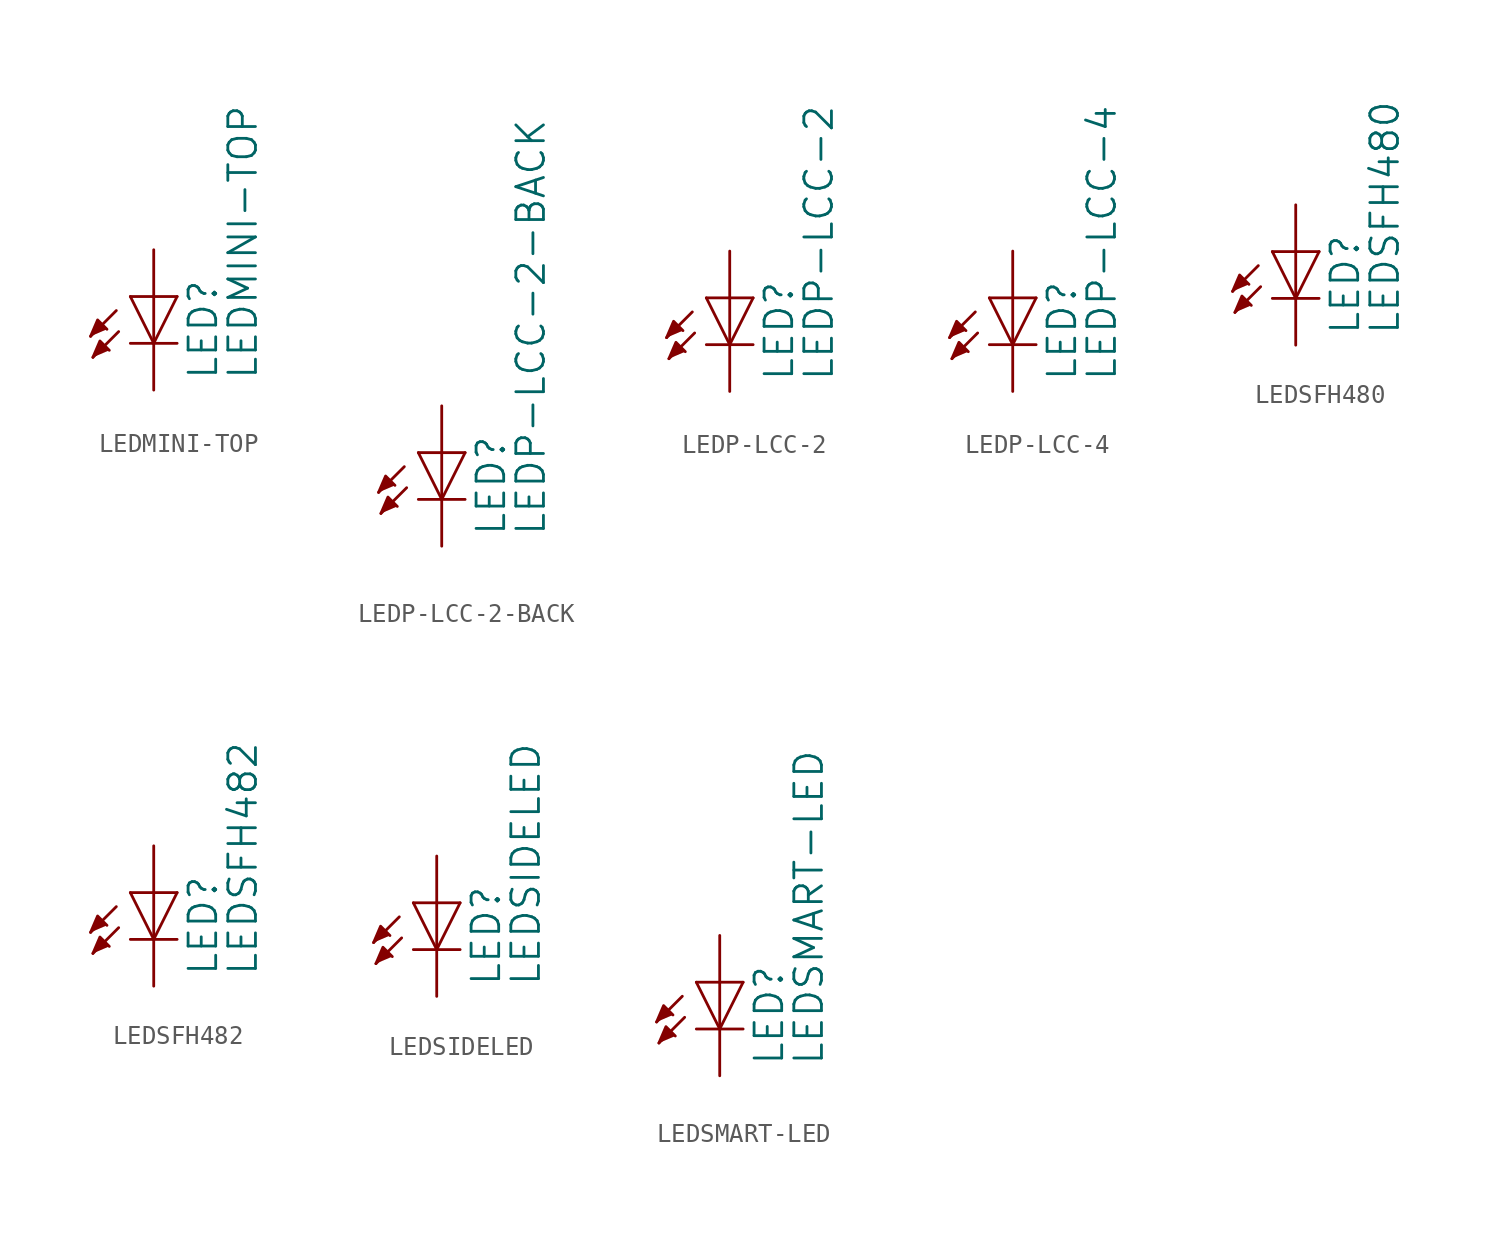
<source format=kicad_sym>
(kicad_symbol_lib
  (version 20211014)
  (generator kicad_symbol_editor)
  (symbol "LEDMINI-TOP"
    (pin_names
      (offset 1.016))
    (property "Reference" "LED"
      (at 3.556 -4.572 90)
      (effects (font (size 1.499 1.499)) (justify left bottom)))
    (property "Value" "LEDMINI-TOP"
      (at 5.715 -4.572 90)
      (effects (font (size 1.499 1.499)) (justify left bottom)))
    (property "ki_locked" ""
      (at 0 0 0)
      (effects (font (size 1.27 1.27))))
    (symbol "LEDMINI-TOP_1_0"
      (polyline (pts (xy -2.032 -0.762) (xy -3.429 -2.159)) (stroke (width 0) (type default) (color 0 0 0 0)) (fill (type none)))
      (polyline (pts (xy -1.905 -1.905) (xy -3.302 -3.302)) (stroke (width 0) (type default) (color 0 0 0 0)) (fill (type none)))
      (polyline (pts (xy 0 -2.54) (xy -1.27 -2.54)) (stroke (width 0) (type default) (color 0 0 0 0)) (fill (type none)))
      (polyline (pts (xy 0 -2.54) (xy -1.27 0)) (stroke (width 0) (type default) (color 0 0 0 0)) (fill (type none)))
      (polyline (pts (xy 0 0) (xy -1.27 0)) (stroke (width 0) (type default) (color 0 0 0 0)) (fill (type none)))
      (polyline (pts (xy 0 0) (xy 0 -2.54)) (stroke (width 0) (type default) (color 0 0 0 0)) (fill (type none)))
      (polyline (pts (xy 1.27 -2.54) (xy 0 -2.54)) (stroke (width 0) (type default) (color 0 0 0 0)) (fill (type none)))
      (polyline (pts (xy 1.27 0) (xy 0 -2.54)) (stroke (width 0) (type default) (color 0 0 0 0)) (fill (type none)))
      (polyline (pts (xy 1.27 0) (xy 0 0)) (stroke (width 0) (type default) (color 0 0 0 0)) (fill (type none)))
      (polyline (pts (xy -3.429 -2.159) (xy -3.048 -1.27) (xy -2.54 -1.778)) (stroke (width 0) (type default) (color 0 0 0 0)) (fill (type outline)))
      (polyline (pts (xy -3.302 -3.302) (xy -2.921 -2.413) (xy -2.413 -2.921)) (stroke (width 0) (type default) (color 0 0 0 0)) (fill (type outline)))
      (pin passive line (at 0 2.54 270) (length 2.54) (name "A" (effects (font (size 0 0)))) (number "A" (effects (font (size 0 0)))))
      (pin passive line (at 0 -5.08 90) (length 2.54) (name "C" (effects (font (size 0 0)))) (number "C" (effects (font (size 0 0)))))))
  (symbol "LEDP-LCC-2-BACK"
    (pin_names
      (offset 1.016))
    (property "Reference" "LED"
      (at 3.556 -4.572 90)
      (effects (font (size 1.499 1.499)) (justify left bottom)))
    (property "Value" "LEDP-LCC-2-BACK"
      (at 5.715 -4.572 90)
      (effects (font (size 1.499 1.499)) (justify left bottom)))
    (property "ki_locked" ""
      (at 0 0 0)
      (effects (font (size 1.27 1.27))))
    (symbol "LEDP-LCC-2-BACK_1_0"
      (polyline (pts (xy -2.032 -0.762) (xy -3.429 -2.159)) (stroke (width 0) (type default) (color 0 0 0 0)) (fill (type none)))
      (polyline (pts (xy -1.905 -1.905) (xy -3.302 -3.302)) (stroke (width 0) (type default) (color 0 0 0 0)) (fill (type none)))
      (polyline (pts (xy 0 -2.54) (xy -1.27 -2.54)) (stroke (width 0) (type default) (color 0 0 0 0)) (fill (type none)))
      (polyline (pts (xy 0 -2.54) (xy -1.27 0)) (stroke (width 0) (type default) (color 0 0 0 0)) (fill (type none)))
      (polyline (pts (xy 0 0) (xy -1.27 0)) (stroke (width 0) (type default) (color 0 0 0 0)) (fill (type none)))
      (polyline (pts (xy 0 0) (xy 0 -2.54)) (stroke (width 0) (type default) (color 0 0 0 0)) (fill (type none)))
      (polyline (pts (xy 1.27 -2.54) (xy 0 -2.54)) (stroke (width 0) (type default) (color 0 0 0 0)) (fill (type none)))
      (polyline (pts (xy 1.27 0) (xy 0 -2.54)) (stroke (width 0) (type default) (color 0 0 0 0)) (fill (type none)))
      (polyline (pts (xy 1.27 0) (xy 0 0)) (stroke (width 0) (type default) (color 0 0 0 0)) (fill (type none)))
      (polyline (pts (xy -3.429 -2.159) (xy -3.048 -1.27) (xy -2.54 -1.778)) (stroke (width 0) (type default) (color 0 0 0 0)) (fill (type outline)))
      (polyline (pts (xy -3.302 -3.302) (xy -2.921 -2.413) (xy -2.413 -2.921)) (stroke (width 0) (type default) (color 0 0 0 0)) (fill (type outline)))
      (pin passive line (at 0 2.54 270) (length 2.54) (name "A" (effects (font (size 0 0)))) (number "A" (effects (font (size 0 0)))))
      (pin passive line (at 0 -5.08 90) (length 2.54) (name "C" (effects (font (size 0 0)))) (number "C" (effects (font (size 0 0)))))))
  (symbol "LEDP-LCC-2"
    (pin_names
      (offset 1.016))
    (property "Reference" "LED"
      (at 3.556 -4.572 90)
      (effects (font (size 1.499 1.499)) (justify left bottom)))
    (property "Value" "LEDP-LCC-2"
      (at 5.715 -4.572 90)
      (effects (font (size 1.499 1.499)) (justify left bottom)))
    (property "ki_locked" ""
      (at 0 0 0)
      (effects (font (size 1.27 1.27))))
    (symbol "LEDP-LCC-2_1_0"
      (polyline (pts (xy -2.032 -0.762) (xy -3.429 -2.159)) (stroke (width 0) (type default) (color 0 0 0 0)) (fill (type none)))
      (polyline (pts (xy -1.905 -1.905) (xy -3.302 -3.302)) (stroke (width 0) (type default) (color 0 0 0 0)) (fill (type none)))
      (polyline (pts (xy 0 -2.54) (xy -1.27 -2.54)) (stroke (width 0) (type default) (color 0 0 0 0)) (fill (type none)))
      (polyline (pts (xy 0 -2.54) (xy -1.27 0)) (stroke (width 0) (type default) (color 0 0 0 0)) (fill (type none)))
      (polyline (pts (xy 0 0) (xy -1.27 0)) (stroke (width 0) (type default) (color 0 0 0 0)) (fill (type none)))
      (polyline (pts (xy 0 0) (xy 0 -2.54)) (stroke (width 0) (type default) (color 0 0 0 0)) (fill (type none)))
      (polyline (pts (xy 1.27 -2.54) (xy 0 -2.54)) (stroke (width 0) (type default) (color 0 0 0 0)) (fill (type none)))
      (polyline (pts (xy 1.27 0) (xy 0 -2.54)) (stroke (width 0) (type default) (color 0 0 0 0)) (fill (type none)))
      (polyline (pts (xy 1.27 0) (xy 0 0)) (stroke (width 0) (type default) (color 0 0 0 0)) (fill (type none)))
      (polyline (pts (xy -3.429 -2.159) (xy -3.048 -1.27) (xy -2.54 -1.778)) (stroke (width 0) (type default) (color 0 0 0 0)) (fill (type outline)))
      (polyline (pts (xy -3.302 -3.302) (xy -2.921 -2.413) (xy -2.413 -2.921)) (stroke (width 0) (type default) (color 0 0 0 0)) (fill (type outline)))
      (pin passive line (at 0 2.54 270) (length 2.54) (name "A" (effects (font (size 0 0)))) (number "A" (effects (font (size 0 0)))))
      (pin passive line (at 0 -5.08 90) (length 2.54) (name "C" (effects (font (size 0 0)))) (number "C" (effects (font (size 0 0)))))))
  (symbol "LEDP-LCC-4"
    (pin_names
      (offset 1.016))
    (property "Reference" "LED"
      (at 3.556 -4.572 90)
      (effects (font (size 1.499 1.499)) (justify left bottom)))
    (property "Value" "LEDP-LCC-4"
      (at 5.715 -4.572 90)
      (effects (font (size 1.499 1.499)) (justify left bottom)))
    (property "ki_locked" ""
      (at 0 0 0)
      (effects (font (size 1.27 1.27))))
    (symbol "LEDP-LCC-4_1_0"
      (polyline (pts (xy -2.032 -0.762) (xy -3.429 -2.159)) (stroke (width 0) (type default) (color 0 0 0 0)) (fill (type none)))
      (polyline (pts (xy -1.905 -1.905) (xy -3.302 -3.302)) (stroke (width 0) (type default) (color 0 0 0 0)) (fill (type none)))
      (polyline (pts (xy 0 -2.54) (xy -1.27 -2.54)) (stroke (width 0) (type default) (color 0 0 0 0)) (fill (type none)))
      (polyline (pts (xy 0 -2.54) (xy -1.27 0)) (stroke (width 0) (type default) (color 0 0 0 0)) (fill (type none)))
      (polyline (pts (xy 0 0) (xy -1.27 0)) (stroke (width 0) (type default) (color 0 0 0 0)) (fill (type none)))
      (polyline (pts (xy 0 0) (xy 0 -2.54)) (stroke (width 0) (type default) (color 0 0 0 0)) (fill (type none)))
      (polyline (pts (xy 1.27 -2.54) (xy 0 -2.54)) (stroke (width 0) (type default) (color 0 0 0 0)) (fill (type none)))
      (polyline (pts (xy 1.27 0) (xy 0 -2.54)) (stroke (width 0) (type default) (color 0 0 0 0)) (fill (type none)))
      (polyline (pts (xy 1.27 0) (xy 0 0)) (stroke (width 0) (type default) (color 0 0 0 0)) (fill (type none)))
      (polyline (pts (xy -3.429 -2.159) (xy -3.048 -1.27) (xy -2.54 -1.778)) (stroke (width 0) (type default) (color 0 0 0 0)) (fill (type outline)))
      (polyline (pts (xy -3.302 -3.302) (xy -2.921 -2.413) (xy -2.413 -2.921)) (stroke (width 0) (type default) (color 0 0 0 0)) (fill (type outline)))
      (pin passive line (at 0 2.54 270) (length 2.54) (name "A" (effects (font (size 0 0)))) (number "A" (effects (font (size 0 0)))))
      (pin passive line (at 0 -5.08 90) (length 2.54) (name "C" (effects (font (size 0 0)))) (number "C@4" (effects (font (size 0 0)))))))
  (symbol "LEDSFH480"
    (pin_names
      (offset 1.016))
    (property "Reference" "LED"
      (at 3.556 -4.572 90)
      (effects (font (size 1.499 1.499)) (justify left bottom)))
    (property "Value" "LEDSFH480"
      (at 5.715 -4.572 90)
      (effects (font (size 1.499 1.499)) (justify left bottom)))
    (property "ki_locked" ""
      (at 0 0 0)
      (effects (font (size 1.27 1.27))))
    (symbol "LEDSFH480_1_0"
      (polyline (pts (xy -2.032 -0.762) (xy -3.429 -2.159)) (stroke (width 0) (type default) (color 0 0 0 0)) (fill (type none)))
      (polyline (pts (xy -1.905 -1.905) (xy -3.302 -3.302)) (stroke (width 0) (type default) (color 0 0 0 0)) (fill (type none)))
      (polyline (pts (xy 0 -2.54) (xy -1.27 -2.54)) (stroke (width 0) (type default) (color 0 0 0 0)) (fill (type none)))
      (polyline (pts (xy 0 -2.54) (xy -1.27 0)) (stroke (width 0) (type default) (color 0 0 0 0)) (fill (type none)))
      (polyline (pts (xy 0 0) (xy -1.27 0)) (stroke (width 0) (type default) (color 0 0 0 0)) (fill (type none)))
      (polyline (pts (xy 0 0) (xy 0 -2.54)) (stroke (width 0) (type default) (color 0 0 0 0)) (fill (type none)))
      (polyline (pts (xy 1.27 -2.54) (xy 0 -2.54)) (stroke (width 0) (type default) (color 0 0 0 0)) (fill (type none)))
      (polyline (pts (xy 1.27 0) (xy 0 -2.54)) (stroke (width 0) (type default) (color 0 0 0 0)) (fill (type none)))
      (polyline (pts (xy 1.27 0) (xy 0 0)) (stroke (width 0) (type default) (color 0 0 0 0)) (fill (type none)))
      (polyline (pts (xy -3.429 -2.159) (xy -3.048 -1.27) (xy -2.54 -1.778)) (stroke (width 0) (type default) (color 0 0 0 0)) (fill (type outline)))
      (polyline (pts (xy -3.302 -3.302) (xy -2.921 -2.413) (xy -2.413 -2.921)) (stroke (width 0) (type default) (color 0 0 0 0)) (fill (type outline)))
      (pin passive line (at 0 2.54 270) (length 2.54) (name "A" (effects (font (size 0 0)))) (number "A" (effects (font (size 0 0)))))
      (pin passive line (at 0 -5.08 90) (length 2.54) (name "C" (effects (font (size 0 0)))) (number "K" (effects (font (size 0 0)))))))
  (symbol "LEDSFH482"
    (pin_names
      (offset 1.016))
    (property "Reference" "LED"
      (at 3.556 -4.572 90)
      (effects (font (size 1.499 1.499)) (justify left bottom)))
    (property "Value" "LEDSFH482"
      (at 5.715 -4.572 90)
      (effects (font (size 1.499 1.499)) (justify left bottom)))
    (property "ki_locked" ""
      (at 0 0 0)
      (effects (font (size 1.27 1.27))))
    (symbol "LEDSFH482_1_0"
      (polyline (pts (xy -2.032 -0.762) (xy -3.429 -2.159)) (stroke (width 0) (type default) (color 0 0 0 0)) (fill (type none)))
      (polyline (pts (xy -1.905 -1.905) (xy -3.302 -3.302)) (stroke (width 0) (type default) (color 0 0 0 0)) (fill (type none)))
      (polyline (pts (xy 0 -2.54) (xy -1.27 -2.54)) (stroke (width 0) (type default) (color 0 0 0 0)) (fill (type none)))
      (polyline (pts (xy 0 -2.54) (xy -1.27 0)) (stroke (width 0) (type default) (color 0 0 0 0)) (fill (type none)))
      (polyline (pts (xy 0 0) (xy -1.27 0)) (stroke (width 0) (type default) (color 0 0 0 0)) (fill (type none)))
      (polyline (pts (xy 0 0) (xy 0 -2.54)) (stroke (width 0) (type default) (color 0 0 0 0)) (fill (type none)))
      (polyline (pts (xy 1.27 -2.54) (xy 0 -2.54)) (stroke (width 0) (type default) (color 0 0 0 0)) (fill (type none)))
      (polyline (pts (xy 1.27 0) (xy 0 -2.54)) (stroke (width 0) (type default) (color 0 0 0 0)) (fill (type none)))
      (polyline (pts (xy 1.27 0) (xy 0 0)) (stroke (width 0) (type default) (color 0 0 0 0)) (fill (type none)))
      (polyline (pts (xy -3.429 -2.159) (xy -3.048 -1.27) (xy -2.54 -1.778)) (stroke (width 0) (type default) (color 0 0 0 0)) (fill (type outline)))
      (polyline (pts (xy -3.302 -3.302) (xy -2.921 -2.413) (xy -2.413 -2.921)) (stroke (width 0) (type default) (color 0 0 0 0)) (fill (type outline)))
      (pin passive line (at 0 2.54 270) (length 2.54) (name "A" (effects (font (size 0 0)))) (number "A" (effects (font (size 0 0)))))
      (pin passive line (at 0 -5.08 90) (length 2.54) (name "C" (effects (font (size 0 0)))) (number "K" (effects (font (size 0 0)))))))
  (symbol "LEDSIDELED"
    (pin_names
      (offset 1.016))
    (property "Reference" "LED"
      (at 3.556 -4.572 90)
      (effects (font (size 1.499 1.499)) (justify left bottom)))
    (property "Value" "LEDSIDELED"
      (at 5.715 -4.572 90)
      (effects (font (size 1.499 1.499)) (justify left bottom)))
    (property "ki_locked" ""
      (at 0 0 0)
      (effects (font (size 1.27 1.27))))
    (symbol "LEDSIDELED_1_0"
      (polyline (pts (xy -2.032 -0.762) (xy -3.429 -2.159)) (stroke (width 0) (type default) (color 0 0 0 0)) (fill (type none)))
      (polyline (pts (xy -1.905 -1.905) (xy -3.302 -3.302)) (stroke (width 0) (type default) (color 0 0 0 0)) (fill (type none)))
      (polyline (pts (xy 0 -2.54) (xy -1.27 -2.54)) (stroke (width 0) (type default) (color 0 0 0 0)) (fill (type none)))
      (polyline (pts (xy 0 -2.54) (xy -1.27 0)) (stroke (width 0) (type default) (color 0 0 0 0)) (fill (type none)))
      (polyline (pts (xy 0 0) (xy -1.27 0)) (stroke (width 0) (type default) (color 0 0 0 0)) (fill (type none)))
      (polyline (pts (xy 0 0) (xy 0 -2.54)) (stroke (width 0) (type default) (color 0 0 0 0)) (fill (type none)))
      (polyline (pts (xy 1.27 -2.54) (xy 0 -2.54)) (stroke (width 0) (type default) (color 0 0 0 0)) (fill (type none)))
      (polyline (pts (xy 1.27 0) (xy 0 -2.54)) (stroke (width 0) (type default) (color 0 0 0 0)) (fill (type none)))
      (polyline (pts (xy 1.27 0) (xy 0 0)) (stroke (width 0) (type default) (color 0 0 0 0)) (fill (type none)))
      (polyline (pts (xy -3.429 -2.159) (xy -3.048 -1.27) (xy -2.54 -1.778)) (stroke (width 0) (type default) (color 0 0 0 0)) (fill (type outline)))
      (polyline (pts (xy -3.302 -3.302) (xy -2.921 -2.413) (xy -2.413 -2.921)) (stroke (width 0) (type default) (color 0 0 0 0)) (fill (type outline)))
      (pin passive line (at 0 2.54 270) (length 2.54) (name "A" (effects (font (size 0 0)))) (number "A" (effects (font (size 0 0)))))
      (pin passive line (at 0 -5.08 90) (length 2.54) (name "C" (effects (font (size 0 0)))) (number "C" (effects (font (size 0 0)))))))
  (symbol "LEDSMART-LED"
    (pin_names
      (offset 1.016))
    (property "Reference" "LED"
      (at 3.556 -4.572 90)
      (effects (font (size 1.499 1.499)) (justify left bottom)))
    (property "Value" "LEDSMART-LED"
      (at 5.715 -4.572 90)
      (effects (font (size 1.499 1.499)) (justify left bottom)))
    (property "ki_locked" ""
      (at 0 0 0)
      (effects (font (size 1.27 1.27))))
    (symbol "LEDSMART-LED_1_0"
      (polyline (pts (xy -2.032 -0.762) (xy -3.429 -2.159)) (stroke (width 0) (type default) (color 0 0 0 0)) (fill (type none)))
      (polyline (pts (xy -1.905 -1.905) (xy -3.302 -3.302)) (stroke (width 0) (type default) (color 0 0 0 0)) (fill (type none)))
      (polyline (pts (xy 0 -2.54) (xy -1.27 -2.54)) (stroke (width 0) (type default) (color 0 0 0 0)) (fill (type none)))
      (polyline (pts (xy 0 -2.54) (xy -1.27 0)) (stroke (width 0) (type default) (color 0 0 0 0)) (fill (type none)))
      (polyline (pts (xy 0 0) (xy -1.27 0)) (stroke (width 0) (type default) (color 0 0 0 0)) (fill (type none)))
      (polyline (pts (xy 0 0) (xy 0 -2.54)) (stroke (width 0) (type default) (color 0 0 0 0)) (fill (type none)))
      (polyline (pts (xy 1.27 -2.54) (xy 0 -2.54)) (stroke (width 0) (type default) (color 0 0 0 0)) (fill (type none)))
      (polyline (pts (xy 1.27 0) (xy 0 -2.54)) (stroke (width 0) (type default) (color 0 0 0 0)) (fill (type none)))
      (polyline (pts (xy 1.27 0) (xy 0 0)) (stroke (width 0) (type default) (color 0 0 0 0)) (fill (type none)))
      (polyline (pts (xy -3.429 -2.159) (xy -3.048 -1.27) (xy -2.54 -1.778)) (stroke (width 0) (type default) (color 0 0 0 0)) (fill (type outline)))
      (polyline (pts (xy -3.302 -3.302) (xy -2.921 -2.413) (xy -2.413 -2.921)) (stroke (width 0) (type default) (color 0 0 0 0)) (fill (type outline)))
      (pin passive line (at 0 2.54 270) (length 2.54) (name "A" (effects (font (size 0 0)))) (number "A" (effects (font (size 0 0)))))
      (pin passive line (at 0 -5.08 90) (length 2.54) (name "C" (effects (font (size 0 0)))) (number "B" (effects (font (size 0 0))))))))
</source>
